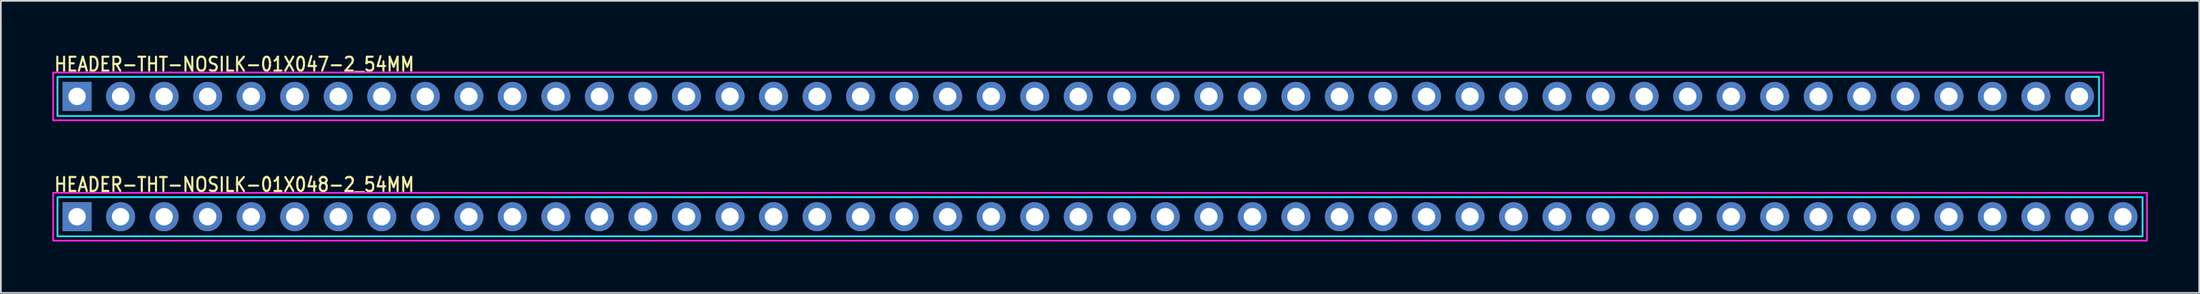
<source format=kicad_pcb>
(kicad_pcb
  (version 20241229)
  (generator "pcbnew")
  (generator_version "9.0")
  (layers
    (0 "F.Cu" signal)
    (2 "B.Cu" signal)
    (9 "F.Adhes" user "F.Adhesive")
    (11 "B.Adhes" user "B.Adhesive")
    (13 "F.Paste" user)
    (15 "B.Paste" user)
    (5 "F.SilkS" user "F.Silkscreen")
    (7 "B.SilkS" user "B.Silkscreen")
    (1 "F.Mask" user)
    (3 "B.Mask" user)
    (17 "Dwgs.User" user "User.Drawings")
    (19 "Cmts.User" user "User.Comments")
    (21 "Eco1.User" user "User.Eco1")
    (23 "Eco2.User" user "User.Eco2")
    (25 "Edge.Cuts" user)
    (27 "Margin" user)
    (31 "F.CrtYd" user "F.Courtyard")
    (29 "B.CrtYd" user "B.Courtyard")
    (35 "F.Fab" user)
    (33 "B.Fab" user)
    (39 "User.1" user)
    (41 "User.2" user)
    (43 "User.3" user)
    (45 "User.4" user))
  (footprint "HEADER-THT-NOSILK-01X047-2_54MM"
    (layer "F.Cu")
    (at 1.447 2.579)
    (property "Reference" "HEADER-THT-NOSILK-01X047-2_54MM" (at -1.4 -1.4 0) (unlocked yes) (layer "F.SilkS") (effects (font (size 0.813 0.695) (thickness 0.122)) (justify left bottom)))
    (fp_poly (pts (xy -1.143 -1.143) (xy 117.983 -1.143) (xy 117.983 1.143) (xy -1.143 1.143)) (stroke (width 0.1) (type solid)) (fill no) (layer "B.CrtYd"))
    (fp_poly (pts (xy -1.397 -1.397) (xy 118.237 -1.397) (xy 118.237 1.397) (xy -1.397 1.397)) (stroke (width 0.1) (type solid)) (fill no) (layer "F.CrtYd"))
    (pad "P$1" thru_hole rect (at 0 0) (size 1.693 1.693) (drill 1.016) (layers "*.Cu" "*.Mask"))
    (pad "P$2" thru_hole oval (at 2.54 0) (size 1.693 1.693) (drill 1.016) (layers "*.Cu" "*.Mask"))
    (pad "P$3" thru_hole oval (at 5.08 0) (size 1.693 1.693) (drill 1.016) (layers "*.Cu" "*.Mask"))
    (pad "P$4" thru_hole oval (at 7.62 0) (size 1.693 1.693) (drill 1.016) (layers "*.Cu" "*.Mask"))
    (pad "P$5" thru_hole oval (at 10.16 0) (size 1.693 1.693) (drill 1.016) (layers "*.Cu" "*.Mask"))
    (pad "P$6" thru_hole oval (at 12.7 0) (size 1.693 1.693) (drill 1.016) (layers "*.Cu" "*.Mask"))
    (pad "P$7" thru_hole oval (at 15.24 0) (size 1.693 1.693) (drill 1.016) (layers "*.Cu" "*.Mask"))
    (pad "P$8" thru_hole oval (at 17.78 0) (size 1.693 1.693) (drill 1.016) (layers "*.Cu" "*.Mask"))
    (pad "P$9" thru_hole oval (at 20.32 0) (size 1.693 1.693) (drill 1.016) (layers "*.Cu" "*.Mask"))
    (pad "P$10" thru_hole oval (at 22.86 0) (size 1.693 1.693) (drill 1.016) (layers "*.Cu" "*.Mask"))
    (pad "P$11" thru_hole oval (at 25.4 0) (size 1.693 1.693) (drill 1.016) (layers "*.Cu" "*.Mask"))
    (pad "P$12" thru_hole oval (at 27.94 0) (size 1.693 1.693) (drill 1.016) (layers "*.Cu" "*.Mask"))
    (pad "P$13" thru_hole oval (at 30.48 0) (size 1.693 1.693) (drill 1.016) (layers "*.Cu" "*.Mask"))
    (pad "P$14" thru_hole oval (at 33.02 0) (size 1.693 1.693) (drill 1.016) (layers "*.Cu" "*.Mask"))
    (pad "P$15" thru_hole oval (at 35.56 0) (size 1.693 1.693) (drill 1.016) (layers "*.Cu" "*.Mask"))
    (pad "P$16" thru_hole oval (at 38.1 0) (size 1.693 1.693) (drill 1.016) (layers "*.Cu" "*.Mask"))
    (pad "P$17" thru_hole oval (at 40.64 0) (size 1.693 1.693) (drill 1.016) (layers "*.Cu" "*.Mask"))
    (pad "P$18" thru_hole oval (at 43.18 0) (size 1.693 1.693) (drill 1.016) (layers "*.Cu" "*.Mask"))
    (pad "P$19" thru_hole oval (at 45.72 0) (size 1.693 1.693) (drill 1.016) (layers "*.Cu" "*.Mask"))
    (pad "P$20" thru_hole oval (at 48.26 0) (size 1.693 1.693) (drill 1.016) (layers "*.Cu" "*.Mask"))
    (pad "P$21" thru_hole oval (at 50.8 0) (size 1.693 1.693) (drill 1.016) (layers "*.Cu" "*.Mask"))
    (pad "P$22" thru_hole oval (at 53.34 0) (size 1.693 1.693) (drill 1.016) (layers "*.Cu" "*.Mask"))
    (pad "P$23" thru_hole oval (at 55.88 0) (size 1.693 1.693) (drill 1.016) (layers "*.Cu" "*.Mask"))
    (pad "P$24" thru_hole oval (at 58.42 0) (size 1.693 1.693) (drill 1.016) (layers "*.Cu" "*.Mask"))
    (pad "P$25" thru_hole oval (at 60.96 0) (size 1.693 1.693) (drill 1.016) (layers "*.Cu" "*.Mask"))
    (pad "P$26" thru_hole oval (at 63.5 0) (size 1.693 1.693) (drill 1.016) (layers "*.Cu" "*.Mask"))
    (pad "P$27" thru_hole oval (at 66.04 0) (size 1.693 1.693) (drill 1.016) (layers "*.Cu" "*.Mask"))
    (pad "P$28" thru_hole oval (at 68.58 0) (size 1.693 1.693) (drill 1.016) (layers "*.Cu" "*.Mask"))
    (pad "P$29" thru_hole oval (at 71.12 0) (size 1.693 1.693) (drill 1.016) (layers "*.Cu" "*.Mask"))
    (pad "P$30" thru_hole oval (at 73.66 0) (size 1.693 1.693) (drill 1.016) (layers "*.Cu" "*.Mask"))
    (pad "P$31" thru_hole oval (at 76.2 0) (size 1.693 1.693) (drill 1.016) (layers "*.Cu" "*.Mask"))
    (pad "P$32" thru_hole oval (at 78.74 0) (size 1.693 1.693) (drill 1.016) (layers "*.Cu" "*.Mask"))
    (pad "P$33" thru_hole oval (at 81.28 0) (size 1.693 1.693) (drill 1.016) (layers "*.Cu" "*.Mask"))
    (pad "P$34" thru_hole oval (at 83.82 0) (size 1.693 1.693) (drill 1.016) (layers "*.Cu" "*.Mask"))
    (pad "P$35" thru_hole oval (at 86.36 0) (size 1.693 1.693) (drill 1.016) (layers "*.Cu" "*.Mask"))
    (pad "P$36" thru_hole oval (at 88.9 0) (size 1.693 1.693) (drill 1.016) (layers "*.Cu" "*.Mask"))
    (pad "P$37" thru_hole oval (at 91.44 0) (size 1.693 1.693) (drill 1.016) (layers "*.Cu" "*.Mask"))
    (pad "P$38" thru_hole oval (at 93.98 0) (size 1.693 1.693) (drill 1.016) (layers "*.Cu" "*.Mask"))
    (pad "P$39" thru_hole oval (at 96.52 0) (size 1.693 1.693) (drill 1.016) (layers "*.Cu" "*.Mask"))
    (pad "P$40" thru_hole oval (at 99.06 0) (size 1.693 1.693) (drill 1.016) (layers "*.Cu" "*.Mask"))
    (pad "P$41" thru_hole oval (at 101.6 0) (size 1.693 1.693) (drill 1.016) (layers "*.Cu" "*.Mask"))
    (pad "P$42" thru_hole oval (at 104.14 0) (size 1.693 1.693) (drill 1.016) (layers "*.Cu" "*.Mask"))
    (pad "P$43" thru_hole oval (at 106.68 0) (size 1.693 1.693) (drill 1.016) (layers "*.Cu" "*.Mask"))
    (pad "P$44" thru_hole oval (at 109.22 0) (size 1.693 1.693) (drill 1.016) (layers "*.Cu" "*.Mask"))
    (pad "P$45" thru_hole oval (at 111.76 0) (size 1.693 1.693) (drill 1.016) (layers "*.Cu" "*.Mask"))
    (pad "P$46" thru_hole oval (at 114.3 0) (size 1.693 1.693) (drill 1.016) (layers "*.Cu" "*.Mask"))
    (pad "P$47" thru_hole oval (at 116.84 0) (size 1.693 1.693) (drill 1.016) (layers "*.Cu" "*.Mask")))
  (footprint "HEADER-THT-NOSILK-01X048-2_54MM"
    (layer "F.Cu")
    (at 1.447 9.604)
    (property "Reference" "HEADER-THT-NOSILK-01X048-2_54MM" (at -1.4 -1.4 0) (unlocked yes) (layer "F.SilkS") (effects (font (size 0.813 0.695) (thickness 0.122)) (justify left bottom)))
    (fp_poly (pts (xy -1.143 -1.143) (xy 120.523 -1.143) (xy 120.523 1.143) (xy -1.143 1.143)) (stroke (width 0.1) (type solid)) (fill no) (layer "B.CrtYd"))
    (fp_poly (pts (xy -1.397 -1.397) (xy 120.777 -1.397) (xy 120.777 1.397) (xy -1.397 1.397)) (stroke (width 0.1) (type solid)) (fill no) (layer "F.CrtYd"))
    (pad "1" thru_hole rect (at 0 0) (size 1.693 1.693) (drill 1.016) (layers "*.Cu" "*.Mask"))
    (pad "2" thru_hole oval (at 2.54 0) (size 1.693 1.693) (drill 1.016) (layers "*.Cu" "*.Mask"))
    (pad "3" thru_hole oval (at 5.08 0) (size 1.693 1.693) (drill 1.016) (layers "*.Cu" "*.Mask"))
    (pad "4" thru_hole oval (at 7.62 0) (size 1.693 1.693) (drill 1.016) (layers "*.Cu" "*.Mask"))
    (pad "5" thru_hole oval (at 10.16 0) (size 1.693 1.693) (drill 1.016) (layers "*.Cu" "*.Mask"))
    (pad "6" thru_hole oval (at 12.7 0) (size 1.693 1.693) (drill 1.016) (layers "*.Cu" "*.Mask"))
    (pad "7" thru_hole oval (at 15.24 0) (size 1.693 1.693) (drill 1.016) (layers "*.Cu" "*.Mask"))
    (pad "8" thru_hole oval (at 17.78 0) (size 1.693 1.693) (drill 1.016) (layers "*.Cu" "*.Mask"))
    (pad "9" thru_hole oval (at 20.32 0) (size 1.693 1.693) (drill 1.016) (layers "*.Cu" "*.Mask"))
    (pad "10" thru_hole oval (at 22.86 0) (size 1.693 1.693) (drill 1.016) (layers "*.Cu" "*.Mask"))
    (pad "11" thru_hole oval (at 25.4 0) (size 1.693 1.693) (drill 1.016) (layers "*.Cu" "*.Mask"))
    (pad "12" thru_hole oval (at 27.94 0) (size 1.693 1.693) (drill 1.016) (layers "*.Cu" "*.Mask"))
    (pad "13" thru_hole oval (at 30.48 0) (size 1.693 1.693) (drill 1.016) (layers "*.Cu" "*.Mask"))
    (pad "14" thru_hole oval (at 33.02 0) (size 1.693 1.693) (drill 1.016) (layers "*.Cu" "*.Mask"))
    (pad "15" thru_hole oval (at 35.56 0) (size 1.693 1.693) (drill 1.016) (layers "*.Cu" "*.Mask"))
    (pad "16" thru_hole oval (at 38.1 0) (size 1.693 1.693) (drill 1.016) (layers "*.Cu" "*.Mask"))
    (pad "17" thru_hole oval (at 40.64 0) (size 1.693 1.693) (drill 1.016) (layers "*.Cu" "*.Mask"))
    (pad "18" thru_hole oval (at 43.18 0) (size 1.693 1.693) (drill 1.016) (layers "*.Cu" "*.Mask"))
    (pad "19" thru_hole oval (at 45.72 0) (size 1.693 1.693) (drill 1.016) (layers "*.Cu" "*.Mask"))
    (pad "20" thru_hole oval (at 48.26 0) (size 1.693 1.693) (drill 1.016) (layers "*.Cu" "*.Mask"))
    (pad "21" thru_hole oval (at 50.8 0) (size 1.693 1.693) (drill 1.016) (layers "*.Cu" "*.Mask"))
    (pad "22" thru_hole oval (at 53.34 0) (size 1.693 1.693) (drill 1.016) (layers "*.Cu" "*.Mask"))
    (pad "23" thru_hole oval (at 55.88 0) (size 1.693 1.693) (drill 1.016) (layers "*.Cu" "*.Mask"))
    (pad "24" thru_hole oval (at 58.42 0) (size 1.693 1.693) (drill 1.016) (layers "*.Cu" "*.Mask"))
    (pad "25" thru_hole oval (at 60.96 0) (size 1.693 1.693) (drill 1.016) (layers "*.Cu" "*.Mask"))
    (pad "26" thru_hole oval (at 63.5 0) (size 1.693 1.693) (drill 1.016) (layers "*.Cu" "*.Mask"))
    (pad "27" thru_hole oval (at 66.04 0) (size 1.693 1.693) (drill 1.016) (layers "*.Cu" "*.Mask"))
    (pad "28" thru_hole oval (at 68.58 0) (size 1.693 1.693) (drill 1.016) (layers "*.Cu" "*.Mask"))
    (pad "29" thru_hole oval (at 71.12 0) (size 1.693 1.693) (drill 1.016) (layers "*.Cu" "*.Mask"))
    (pad "30" thru_hole oval (at 73.66 0) (size 1.693 1.693) (drill 1.016) (layers "*.Cu" "*.Mask"))
    (pad "31" thru_hole oval (at 76.2 0) (size 1.693 1.693) (drill 1.016) (layers "*.Cu" "*.Mask"))
    (pad "32" thru_hole oval (at 78.74 0) (size 1.693 1.693) (drill 1.016) (layers "*.Cu" "*.Mask"))
    (pad "33" thru_hole oval (at 81.28 0) (size 1.693 1.693) (drill 1.016) (layers "*.Cu" "*.Mask"))
    (pad "34" thru_hole oval (at 83.82 0) (size 1.693 1.693) (drill 1.016) (layers "*.Cu" "*.Mask"))
    (pad "35" thru_hole oval (at 86.36 0) (size 1.693 1.693) (drill 1.016) (layers "*.Cu" "*.Mask"))
    (pad "36" thru_hole oval (at 88.9 0) (size 1.693 1.693) (drill 1.016) (layers "*.Cu" "*.Mask"))
    (pad "37" thru_hole oval (at 91.44 0) (size 1.693 1.693) (drill 1.016) (layers "*.Cu" "*.Mask"))
    (pad "38" thru_hole oval (at 93.98 0) (size 1.693 1.693) (drill 1.016) (layers "*.Cu" "*.Mask"))
    (pad "39" thru_hole oval (at 96.52 0) (size 1.693 1.693) (drill 1.016) (layers "*.Cu" "*.Mask"))
    (pad "40" thru_hole oval (at 99.06 0) (size 1.693 1.693) (drill 1.016) (layers "*.Cu" "*.Mask"))
    (pad "41" thru_hole oval (at 101.6 0) (size 1.693 1.693) (drill 1.016) (layers "*.Cu" "*.Mask"))
    (pad "42" thru_hole oval (at 104.14 0) (size 1.693 1.693) (drill 1.016) (layers "*.Cu" "*.Mask"))
    (pad "43" thru_hole oval (at 106.68 0) (size 1.693 1.693) (drill 1.016) (layers "*.Cu" "*.Mask"))
    (pad "44" thru_hole oval (at 109.22 0) (size 1.693 1.693) (drill 1.016) (layers "*.Cu" "*.Mask"))
    (pad "45" thru_hole oval (at 111.76 0) (size 1.693 1.693) (drill 1.016) (layers "*.Cu" "*.Mask"))
    (pad "46" thru_hole oval (at 114.3 0) (size 1.693 1.693) (drill 1.016) (layers "*.Cu" "*.Mask"))
    (pad "47" thru_hole oval (at 116.84 0) (size 1.693 1.693) (drill 1.016) (layers "*.Cu" "*.Mask"))
    (pad "48" thru_hole oval (at 119.38 0) (size 1.693 1.693) (drill 1.016) (layers "*.Cu" "*.Mask")))
  (gr_rect
    (start -3 -3)
    (end 125.274 14.051)
    (stroke (width 0.1) (type default))
    (fill no)
    (layer "Edge.Cuts")))
</source>
